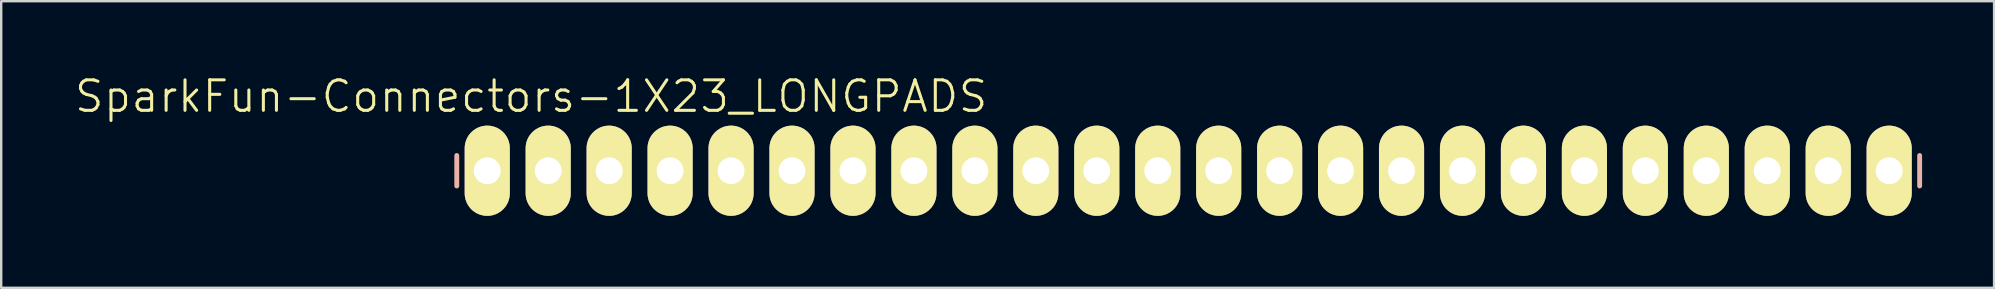
<source format=kicad_pcb>
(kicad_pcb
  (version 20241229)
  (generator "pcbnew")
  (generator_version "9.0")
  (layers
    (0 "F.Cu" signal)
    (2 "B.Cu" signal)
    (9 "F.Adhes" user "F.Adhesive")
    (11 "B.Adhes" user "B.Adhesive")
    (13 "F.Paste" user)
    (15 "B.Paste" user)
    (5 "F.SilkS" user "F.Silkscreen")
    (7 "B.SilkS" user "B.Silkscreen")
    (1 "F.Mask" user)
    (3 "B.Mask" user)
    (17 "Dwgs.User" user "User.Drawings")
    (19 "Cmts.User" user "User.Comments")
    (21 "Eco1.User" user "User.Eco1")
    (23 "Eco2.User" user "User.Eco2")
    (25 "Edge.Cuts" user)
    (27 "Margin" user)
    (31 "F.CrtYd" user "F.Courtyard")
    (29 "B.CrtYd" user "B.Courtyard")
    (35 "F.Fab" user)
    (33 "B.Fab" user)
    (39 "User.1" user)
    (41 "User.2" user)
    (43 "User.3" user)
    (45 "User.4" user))
  (footprint "SparkFun-Connectors-1X23_LONGPADS"
    (layer "F.Cu")
    (at 43.924 4.065)
    (property "Reference" "SparkFun-Connectors-1X23_LONGPADS" (at -24.841 -3.099 0) (layer "F.SilkS") (effects (font (size 1.27 1.27) (thickness 0.127))))
    (attr exclude_from_pos_files exclude_from_bom)
    (fp_line (start -26.924 -0.254) (end -26.416 -0.254) (stroke (width 0.066) (type solid)) (layer "F.SilkS"))
    (fp_line (start -26.924 0.254) (end -26.924 -0.254) (stroke (width 0.066) (type solid)) (layer "F.SilkS"))
    (fp_line (start -26.924 0.254) (end -26.416 0.254) (stroke (width 0.066) (type solid)) (layer "F.SilkS"))
    (fp_line (start -26.416 0.254) (end -26.416 -0.254) (stroke (width 0.066) (type solid)) (layer "F.SilkS"))
    (fp_line (start -24.384 -0.254) (end -23.876 -0.254) (stroke (width 0.066) (type solid)) (layer "F.SilkS"))
    (fp_line (start -24.384 0.254) (end -24.384 -0.254) (stroke (width 0.066) (type solid)) (layer "F.SilkS"))
    (fp_line (start -24.384 0.254) (end -23.876 0.254) (stroke (width 0.066) (type solid)) (layer "F.SilkS"))
    (fp_line (start -23.876 0.254) (end -23.876 -0.254) (stroke (width 0.066) (type solid)) (layer "F.SilkS"))
    (fp_line (start -21.844 -0.254) (end -21.336 -0.254) (stroke (width 0.066) (type solid)) (layer "F.SilkS"))
    (fp_line (start -21.844 0.254) (end -21.844 -0.254) (stroke (width 0.066) (type solid)) (layer "F.SilkS"))
    (fp_line (start -21.844 0.254) (end -21.336 0.254) (stroke (width 0.066) (type solid)) (layer "F.SilkS"))
    (fp_line (start -21.336 0.254) (end -21.336 -0.254) (stroke (width 0.066) (type solid)) (layer "F.SilkS"))
    (fp_line (start -19.304 -0.254) (end -18.796 -0.254) (stroke (width 0.066) (type solid)) (layer "F.SilkS"))
    (fp_line (start -19.304 0.254) (end -19.304 -0.254) (stroke (width 0.066) (type solid)) (layer "F.SilkS"))
    (fp_line (start -19.304 0.254) (end -18.796 0.254) (stroke (width 0.066) (type solid)) (layer "F.SilkS"))
    (fp_line (start -18.796 0.254) (end -18.796 -0.254) (stroke (width 0.066) (type solid)) (layer "F.SilkS"))
    (fp_line (start -16.764 -0.254) (end -16.256 -0.254) (stroke (width 0.066) (type solid)) (layer "F.SilkS"))
    (fp_line (start -16.764 0.254) (end -16.764 -0.254) (stroke (width 0.066) (type solid)) (layer "F.SilkS"))
    (fp_line (start -16.764 0.254) (end -16.256 0.254) (stroke (width 0.066) (type solid)) (layer "F.SilkS"))
    (fp_line (start -16.256 0.254) (end -16.256 -0.254) (stroke (width 0.066) (type solid)) (layer "F.SilkS"))
    (fp_line (start -14.224 -0.254) (end -13.716 -0.254) (stroke (width 0.066) (type solid)) (layer "F.SilkS"))
    (fp_line (start -14.224 0.254) (end -14.224 -0.254) (stroke (width 0.066) (type solid)) (layer "F.SilkS"))
    (fp_line (start -14.224 0.254) (end -13.716 0.254) (stroke (width 0.066) (type solid)) (layer "F.SilkS"))
    (fp_line (start -13.716 0.254) (end -13.716 -0.254) (stroke (width 0.066) (type solid)) (layer "F.SilkS"))
    (fp_line (start -11.684 -0.254) (end -11.176 -0.254) (stroke (width 0.066) (type solid)) (layer "F.SilkS"))
    (fp_line (start -11.684 0.254) (end -11.684 -0.254) (stroke (width 0.066) (type solid)) (layer "F.SilkS"))
    (fp_line (start -11.684 0.254) (end -11.176 0.254) (stroke (width 0.066) (type solid)) (layer "F.SilkS"))
    (fp_line (start -11.176 0.254) (end -11.176 -0.254) (stroke (width 0.066) (type solid)) (layer "F.SilkS"))
    (fp_line (start -9.144 -0.254) (end -8.636 -0.254) (stroke (width 0.066) (type solid)) (layer "F.SilkS"))
    (fp_line (start -9.144 0.254) (end -9.144 -0.254) (stroke (width 0.066) (type solid)) (layer "F.SilkS"))
    (fp_line (start -9.144 0.254) (end -8.636 0.254) (stroke (width 0.066) (type solid)) (layer "F.SilkS"))
    (fp_line (start -8.636 0.254) (end -8.636 -0.254) (stroke (width 0.066) (type solid)) (layer "F.SilkS"))
    (fp_line (start -6.604 -0.254) (end -6.096 -0.254) (stroke (width 0.066) (type solid)) (layer "F.SilkS"))
    (fp_line (start -6.604 0.254) (end -6.604 -0.254) (stroke (width 0.066) (type solid)) (layer "F.SilkS"))
    (fp_line (start -6.604 0.254) (end -6.096 0.254) (stroke (width 0.066) (type solid)) (layer "F.SilkS"))
    (fp_line (start -6.096 0.254) (end -6.096 -0.254) (stroke (width 0.066) (type solid)) (layer "F.SilkS"))
    (fp_line (start -4.064 -0.254) (end -3.556 -0.254) (stroke (width 0.066) (type solid)) (layer "F.SilkS"))
    (fp_line (start -4.064 0.254) (end -4.064 -0.254) (stroke (width 0.066) (type solid)) (layer "F.SilkS"))
    (fp_line (start -4.064 0.254) (end -3.556 0.254) (stroke (width 0.066) (type solid)) (layer "F.SilkS"))
    (fp_line (start -3.556 0.254) (end -3.556 -0.254) (stroke (width 0.066) (type solid)) (layer "F.SilkS"))
    (fp_line (start -1.524 -0.254) (end -1.016 -0.254) (stroke (width 0.066) (type solid)) (layer "F.SilkS"))
    (fp_line (start -1.524 0.254) (end -1.524 -0.254) (stroke (width 0.066) (type solid)) (layer "F.SilkS"))
    (fp_line (start -1.524 0.254) (end -1.016 0.254) (stroke (width 0.066) (type solid)) (layer "F.SilkS"))
    (fp_line (start -1.016 0.254) (end -1.016 -0.254) (stroke (width 0.066) (type solid)) (layer "F.SilkS"))
    (fp_line (start 1.016 -0.254) (end 1.524 -0.254) (stroke (width 0.066) (type solid)) (layer "F.SilkS"))
    (fp_line (start 1.016 0.254) (end 1.016 -0.254) (stroke (width 0.066) (type solid)) (layer "F.SilkS"))
    (fp_line (start 1.016 0.254) (end 1.524 0.254) (stroke (width 0.066) (type solid)) (layer "F.SilkS"))
    (fp_line (start 1.524 0.254) (end 1.524 -0.254) (stroke (width 0.066) (type solid)) (layer "F.SilkS"))
    (fp_line (start 3.556 -0.254) (end 4.064 -0.254) (stroke (width 0.066) (type solid)) (layer "F.SilkS"))
    (fp_line (start 3.556 0.254) (end 3.556 -0.254) (stroke (width 0.066) (type solid)) (layer "F.SilkS"))
    (fp_line (start 3.556 0.254) (end 4.064 0.254) (stroke (width 0.066) (type solid)) (layer "F.SilkS"))
    (fp_line (start 4.064 0.254) (end 4.064 -0.254) (stroke (width 0.066) (type solid)) (layer "F.SilkS"))
    (fp_line (start 6.096 -0.254) (end 6.604 -0.254) (stroke (width 0.066) (type solid)) (layer "F.SilkS"))
    (fp_line (start 6.096 0.254) (end 6.096 -0.254) (stroke (width 0.066) (type solid)) (layer "F.SilkS"))
    (fp_line (start 6.096 0.254) (end 6.604 0.254) (stroke (width 0.066) (type solid)) (layer "F.SilkS"))
    (fp_line (start 6.604 0.254) (end 6.604 -0.254) (stroke (width 0.066) (type solid)) (layer "F.SilkS"))
    (fp_line (start 8.636 -0.254) (end 9.144 -0.254) (stroke (width 0.066) (type solid)) (layer "F.SilkS"))
    (fp_line (start 8.636 0.254) (end 8.636 -0.254) (stroke (width 0.066) (type solid)) (layer "F.SilkS"))
    (fp_line (start 8.636 0.254) (end 9.144 0.254) (stroke (width 0.066) (type solid)) (layer "F.SilkS"))
    (fp_line (start 9.144 0.254) (end 9.144 -0.254) (stroke (width 0.066) (type solid)) (layer "F.SilkS"))
    (fp_line (start 11.176 -0.254) (end 11.684 -0.254) (stroke (width 0.066) (type solid)) (layer "F.SilkS"))
    (fp_line (start 11.176 0.254) (end 11.176 -0.254) (stroke (width 0.066) (type solid)) (layer "F.SilkS"))
    (fp_line (start 11.176 0.254) (end 11.684 0.254) (stroke (width 0.066) (type solid)) (layer "F.SilkS"))
    (fp_line (start 11.684 0.254) (end 11.684 -0.254) (stroke (width 0.066) (type solid)) (layer "F.SilkS"))
    (fp_line (start 13.716 -0.254) (end 14.224 -0.254) (stroke (width 0.066) (type solid)) (layer "F.SilkS"))
    (fp_line (start 13.716 0.254) (end 13.716 -0.254) (stroke (width 0.066) (type solid)) (layer "F.SilkS"))
    (fp_line (start 13.716 0.254) (end 14.224 0.254) (stroke (width 0.066) (type solid)) (layer "F.SilkS"))
    (fp_line (start 14.224 0.254) (end 14.224 -0.254) (stroke (width 0.066) (type solid)) (layer "F.SilkS"))
    (fp_line (start 16.256 -0.254) (end 16.764 -0.254) (stroke (width 0.066) (type solid)) (layer "F.SilkS"))
    (fp_line (start 16.256 0.254) (end 16.256 -0.254) (stroke (width 0.066) (type solid)) (layer "F.SilkS"))
    (fp_line (start 16.256 0.254) (end 16.764 0.254) (stroke (width 0.066) (type solid)) (layer "F.SilkS"))
    (fp_line (start 16.764 0.254) (end 16.764 -0.254) (stroke (width 0.066) (type solid)) (layer "F.SilkS"))
    (fp_line (start 18.796 -0.254) (end 19.304 -0.254) (stroke (width 0.066) (type solid)) (layer "F.SilkS"))
    (fp_line (start 18.796 0.254) (end 18.796 -0.254) (stroke (width 0.066) (type solid)) (layer "F.SilkS"))
    (fp_line (start 18.796 0.254) (end 19.304 0.254) (stroke (width 0.066) (type solid)) (layer "F.SilkS"))
    (fp_line (start 19.304 0.254) (end 19.304 -0.254) (stroke (width 0.066) (type solid)) (layer "F.SilkS"))
    (fp_line (start 21.336 -0.254) (end 21.844 -0.254) (stroke (width 0.066) (type solid)) (layer "F.SilkS"))
    (fp_line (start 21.336 0.254) (end 21.336 -0.254) (stroke (width 0.066) (type solid)) (layer "F.SilkS"))
    (fp_line (start 21.336 0.254) (end 21.844 0.254) (stroke (width 0.066) (type solid)) (layer "F.SilkS"))
    (fp_line (start 21.844 0.254) (end 21.844 -0.254) (stroke (width 0.066) (type solid)) (layer "F.SilkS"))
    (fp_line (start 23.876 -0.254) (end 24.384 -0.254) (stroke (width 0.066) (type solid)) (layer "F.SilkS"))
    (fp_line (start 23.876 0.254) (end 23.876 -0.254) (stroke (width 0.066) (type solid)) (layer "F.SilkS"))
    (fp_line (start 23.876 0.254) (end 24.384 0.254) (stroke (width 0.066) (type solid)) (layer "F.SilkS"))
    (fp_line (start 24.384 0.254) (end 24.384 -0.254) (stroke (width 0.066) (type solid)) (layer "F.SilkS"))
    (fp_line (start 26.416 -0.254) (end 26.924 -0.254) (stroke (width 0.066) (type solid)) (layer "F.SilkS"))
    (fp_line (start 26.416 0.254) (end 26.416 -0.254) (stroke (width 0.066) (type solid)) (layer "F.SilkS"))
    (fp_line (start 26.416 0.254) (end 26.924 0.254) (stroke (width 0.066) (type solid)) (layer "F.SilkS"))
    (fp_line (start 26.924 0.254) (end 26.924 -0.254) (stroke (width 0.066) (type solid)) (layer "F.SilkS"))
    (fp_line (start 28.953 -0.254) (end 29.464 -0.254) (stroke (width 0.066) (type solid)) (layer "F.SilkS"))
    (fp_line (start 28.953 0.254) (end 28.953 -0.254) (stroke (width 0.066) (type solid)) (layer "F.SilkS"))
    (fp_line (start 28.953 0.254) (end 29.464 0.254) (stroke (width 0.066) (type solid)) (layer "F.SilkS"))
    (fp_line (start 29.464 0.254) (end 29.464 -0.254) (stroke (width 0.066) (type solid)) (layer "F.SilkS"))
    (fp_line (start 31.496 -0.254) (end 32.004 -0.254) (stroke (width 0.066) (type solid)) (layer "F.SilkS"))
    (fp_line (start 31.496 0.254) (end 31.496 -0.254) (stroke (width 0.066) (type solid)) (layer "F.SilkS"))
    (fp_line (start 31.496 0.254) (end 32.004 0.254) (stroke (width 0.066) (type solid)) (layer "F.SilkS"))
    (fp_line (start 32.004 0.254) (end 32.004 -0.254) (stroke (width 0.066) (type solid)) (layer "F.SilkS"))
    (fp_line (start -27.94 -0.635) (end -27.94 0.635) (stroke (width 0.203) (type solid)) (layer "B.SilkS"))
    (fp_line (start 33.02 -0.635) (end 33.02 0.635) (stroke (width 0.203) (type solid)) (layer "B.SilkS"))
    (pad "2" thru_hole oval (at -26.67 0 180) (size 1.88 3.759) (drill 1.118) (layers "*.Cu" "F.Mask" "F.SilkS" "F.Paste"))
    (pad "3" thru_hole oval (at -24.13 0 180) (size 1.88 3.759) (drill 1.118) (layers "*.Cu" "F.Mask" "F.SilkS" "F.Paste"))
    (pad "4" thru_hole oval (at -21.59 0 180) (size 1.88 3.759) (drill 1.118) (layers "*.Cu" "F.Mask" "F.SilkS" "F.Paste"))
    (pad "5" thru_hole oval (at -19.05 0 180) (size 1.88 3.759) (drill 1.118) (layers "*.Cu" "F.Mask" "F.SilkS" "F.Paste"))
    (pad "6" thru_hole oval (at -16.51 0 180) (size 1.88 3.759) (drill 1.118) (layers "*.Cu" "F.Mask" "F.SilkS" "F.Paste"))
    (pad "7" thru_hole oval (at -13.97 0 180) (size 1.88 3.759) (drill 1.118) (layers "*.Cu" "F.Mask" "F.SilkS" "F.Paste"))
    (pad "8" thru_hole oval (at -11.43 0 180) (size 1.88 3.759) (drill 1.118) (layers "*.Cu" "F.Mask" "F.SilkS" "F.Paste"))
    (pad "9" thru_hole oval (at -8.89 0 180) (size 1.88 3.759) (drill 1.118) (layers "*.Cu" "F.Mask" "F.SilkS" "F.Paste"))
    (pad "10" thru_hole oval (at -6.35 0 180) (size 1.88 3.759) (drill 1.118) (layers "*.Cu" "F.Mask" "F.SilkS" "F.Paste"))
    (pad "11" thru_hole oval (at -3.81 0 180) (size 1.88 3.759) (drill 1.118) (layers "*.Cu" "F.Mask" "F.SilkS" "F.Paste"))
    (pad "12" thru_hole oval (at -1.27 0 180) (size 1.88 3.759) (drill 1.118) (layers "*.Cu" "F.Mask" "F.SilkS" "F.Paste"))
    (pad "13" thru_hole oval (at 1.27 0 180) (size 1.88 3.759) (drill 1.118) (layers "*.Cu" "F.Mask" "F.SilkS" "F.Paste"))
    (pad "14" thru_hole oval (at 3.81 0 180) (size 1.88 3.759) (drill 1.118) (layers "*.Cu" "F.Mask" "F.SilkS" "F.Paste"))
    (pad "15" thru_hole oval (at 6.35 0 180) (size 1.88 3.759) (drill 1.118) (layers "*.Cu" "F.Mask" "F.SilkS" "F.Paste"))
    (pad "16" thru_hole oval (at 8.89 0 180) (size 1.88 3.759) (drill 1.118) (layers "*.Cu" "F.Mask" "F.SilkS" "F.Paste"))
    (pad "17" thru_hole oval (at 11.43 0 180) (size 1.88 3.759) (drill 1.118) (layers "*.Cu" "F.Mask" "F.SilkS" "F.Paste"))
    (pad "18" thru_hole oval (at 13.97 0 180) (size 1.88 3.759) (drill 1.118) (layers "*.Cu" "F.Mask" "F.SilkS" "F.Paste"))
    (pad "19" thru_hole oval (at 16.51 0 180) (size 1.88 3.759) (drill 1.118) (layers "*.Cu" "F.Mask" "F.SilkS" "F.Paste"))
    (pad "20" thru_hole oval (at 19.05 0 180) (size 1.88 3.759) (drill 1.118) (layers "*.Cu" "F.Mask" "F.SilkS" "F.Paste"))
    (pad "21" thru_hole oval (at 21.59 0 180) (size 1.88 3.759) (drill 1.118) (layers "*.Cu" "F.Mask" "F.SilkS" "F.Paste"))
    (pad "22" thru_hole oval (at 24.13 0 180) (size 1.88 3.759) (drill 1.118) (layers "*.Cu" "F.Mask" "F.SilkS" "F.Paste"))
    (pad "23" thru_hole oval (at 26.67 0 180) (size 1.88 3.759) (drill 1.118) (layers "*.Cu" "F.Mask" "F.SilkS" "F.Paste"))
    (pad "24" thru_hole oval (at 29.21 0 180) (size 1.88 3.759) (drill 1.118) (layers "*.Cu" "F.Mask" "F.SilkS" "F.Paste"))
    (pad "25" thru_hole oval (at 31.75 0 180) (size 1.88 3.759) (drill 1.118) (layers "*.Cu" "F.Mask" "F.SilkS" "F.Paste")))
  (gr_rect
    (start -3 -3)
    (end 80.046 8.944)
    (stroke (width 0.1) (type default))
    (fill no)
    (layer "Edge.Cuts")))
</source>
